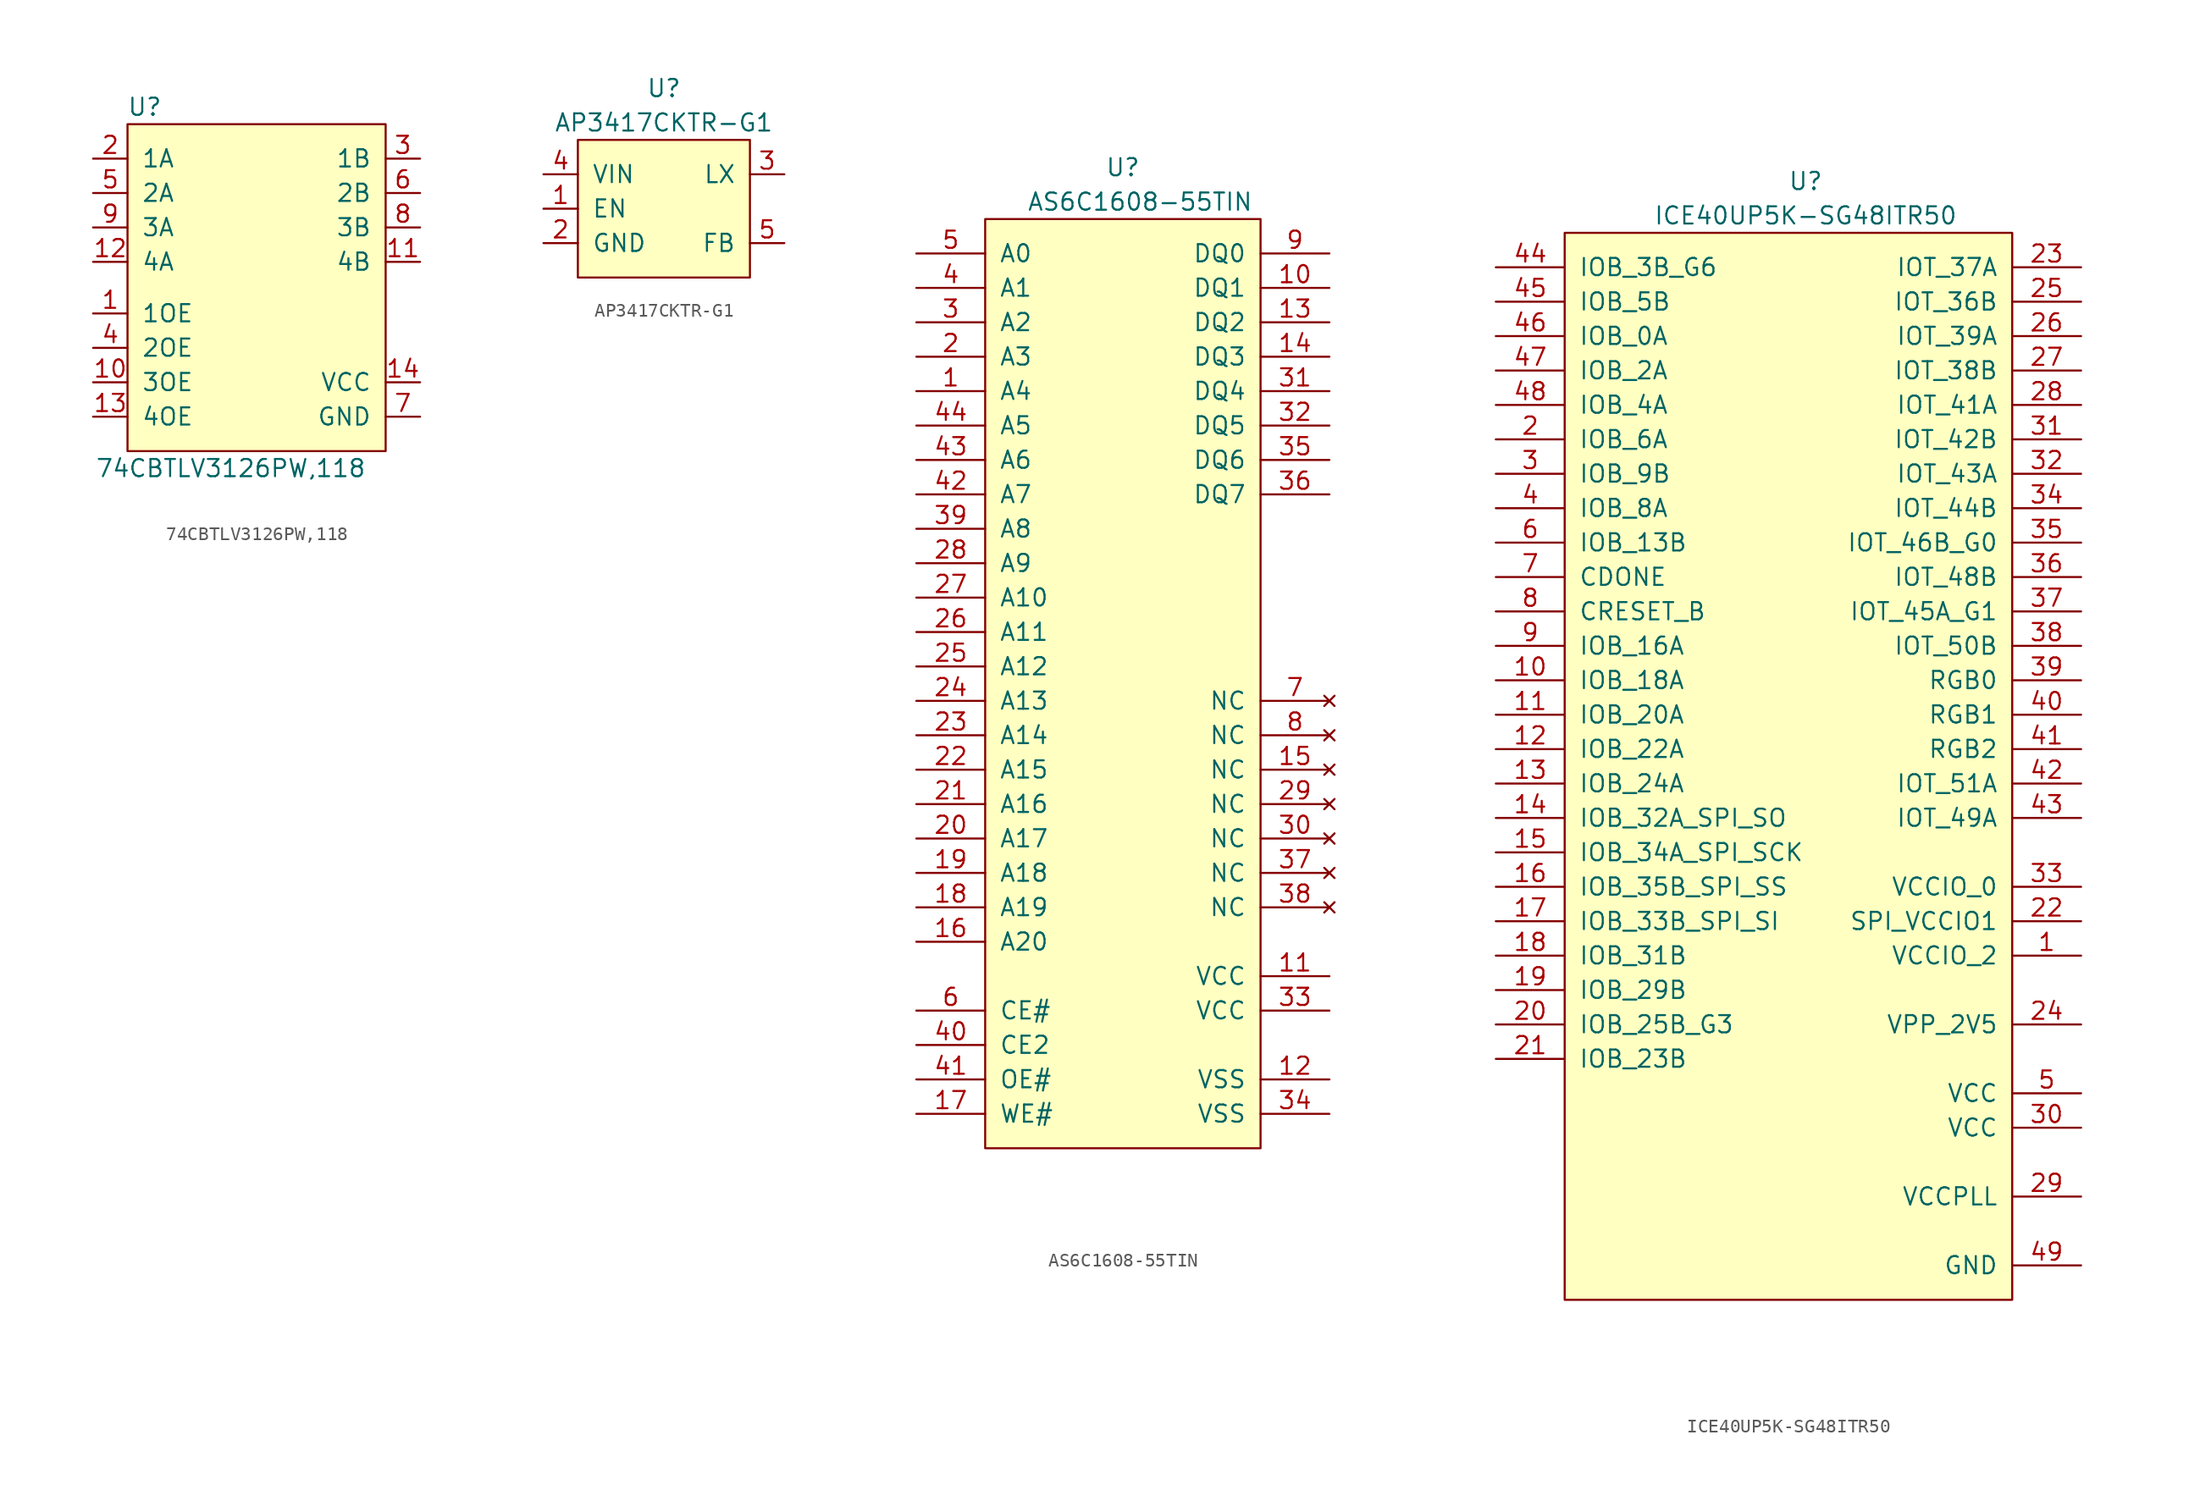
<source format=kicad_sym>
(kicad_symbol_lib
  (version 20241209)
  (generator "kicad_symbol_editor")
  (generator_version "9.0")
  (symbol "74CBTLV3126PW,118"
    (pin_names
      (offset 1.016))
    (property "Reference" "U"
      (at 1.27 1.27 0)
      (effects (font (size 1.27 1.27))))
    (property "Value" "74CBTLV3126PW,118"
      (at 7.62 -25.4 0)
      (effects (font (size 1.27 1.27))))
    (symbol "74CBTLV3126PW,118_0_1"
      (rectangle (start 0 0) (end 19.05 -24.13) (stroke (width 0) (type solid)) (fill (type background))))
    (symbol "74CBTLV3126PW,118_1_1"
      (pin bidirectional line (at -2.54 -2.54 0) (length 2.54) (name "1A" (effects (font (size 1.27 1.27)))) (number "2" (effects (font (size 1.27 1.27)))))
      (pin bidirectional line (at -2.54 -5.08 0) (length 2.54) (name "2A" (effects (font (size 1.27 1.27)))) (number "5" (effects (font (size 1.27 1.27)))))
      (pin bidirectional line (at -2.54 -7.62 0) (length 2.54) (name "3A" (effects (font (size 1.27 1.27)))) (number "9" (effects (font (size 1.27 1.27)))))
      (pin bidirectional line (at -2.54 -10.16 0) (length 2.54) (name "4A" (effects (font (size 1.27 1.27)))) (number "12" (effects (font (size 1.27 1.27)))))
      (pin input line (at -2.54 -13.97 0) (length 2.54) (name "1OE" (effects (font (size 1.27 1.27)))) (number "1" (effects (font (size 1.27 1.27)))))
      (pin input line (at -2.54 -16.51 0) (length 2.54) (name "2OE" (effects (font (size 1.27 1.27)))) (number "4" (effects (font (size 1.27 1.27)))))
      (pin input line (at -2.54 -19.05 0) (length 2.54) (name "3OE" (effects (font (size 1.27 1.27)))) (number "10" (effects (font (size 1.27 1.27)))))
      (pin input line (at -2.54 -21.59 0) (length 2.54) (name "4OE" (effects (font (size 1.27 1.27)))) (number "13" (effects (font (size 1.27 1.27)))))
      (pin bidirectional line (at 21.59 -2.54 180) (length 2.54) (name "1B" (effects (font (size 1.27 1.27)))) (number "3" (effects (font (size 1.27 1.27)))))
      (pin bidirectional line (at 21.59 -5.08 180) (length 2.54) (name "2B" (effects (font (size 1.27 1.27)))) (number "6" (effects (font (size 1.27 1.27)))))
      (pin bidirectional line (at 21.59 -7.62 180) (length 2.54) (name "3B" (effects (font (size 1.27 1.27)))) (number "8" (effects (font (size 1.27 1.27)))))
      (pin bidirectional line (at 21.59 -10.16 180) (length 2.54) (name "4B" (effects (font (size 1.27 1.27)))) (number "11" (effects (font (size 1.27 1.27)))))
      (pin power_in line (at 21.59 -19.05 180) (length 2.54) (name "VCC" (effects (font (size 1.27 1.27)))) (number "14" (effects (font (size 1.27 1.27)))))
      (pin power_in line (at 21.59 -21.59 180) (length 2.54) (name "GND" (effects (font (size 1.27 1.27)))) (number "7" (effects (font (size 1.27 1.27)))))))
  (symbol "AP3417CKTR-G1"
    (pin_names
      (offset 1.016))
    (property "Reference" "U"
      (at 6.35 3.81 0)
      (effects (font (size 1.27 1.27))))
    (property "Value" "AP3417CKTR-G1"
      (at 6.35 1.27 0)
      (effects (font (size 1.27 1.27))))
    (symbol "AP3417CKTR-G1_0_1"
      (rectangle (start 0 0) (end 12.7 -10.16) (stroke (width 0) (type solid)) (fill (type background))))
    (symbol "AP3417CKTR-G1_1_1"
      (pin power_in line (at -2.54 -2.54 0) (length 2.54) (name "VIN" (effects (font (size 1.27 1.27)))) (number "4" (effects (font (size 1.27 1.27)))))
      (pin input line (at -2.54 -5.08 0) (length 2.54) (name "EN" (effects (font (size 1.27 1.27)))) (number "1" (effects (font (size 1.27 1.27)))))
      (pin power_in line (at -2.54 -7.62 0) (length 2.54) (name "GND" (effects (font (size 1.27 1.27)))) (number "2" (effects (font (size 1.27 1.27)))))
      (pin output line (at 15.24 -2.54 180) (length 2.54) (name "LX" (effects (font (size 1.27 1.27)))) (number "3" (effects (font (size 1.27 1.27)))))
      (pin input line (at 15.24 -7.62 180) (length 2.54) (name "FB" (effects (font (size 1.27 1.27)))) (number "5" (effects (font (size 1.27 1.27)))))))
  (symbol "AS6C1608-55TIN"
    (pin_names
      (offset 1.016))
    (property "Reference" "U"
      (at 10.16 3.81 0)
      (effects (font (size 1.27 1.27))))
    (property "Value" "AS6C1608-55TIN"
      (at 11.43 1.27 0)
      (effects (font (size 1.27 1.27))))
    (symbol "AS6C1608-55TIN_0_1"
      (rectangle (start 0 0) (end 20.32 -68.58) (stroke (width 0) (type solid)) (fill (type background))))
    (symbol "AS6C1608-55TIN_1_1"
      (pin input line (at -5.08 -2.54 0) (length 5.08) (name "A0" (effects (font (size 1.27 1.27)))) (number "5" (effects (font (size 1.27 1.27)))))
      (pin input line (at -5.08 -5.08 0) (length 5.08) (name "A1" (effects (font (size 1.27 1.27)))) (number "4" (effects (font (size 1.27 1.27)))))
      (pin input line (at -5.08 -7.62 0) (length 5.08) (name "A2" (effects (font (size 1.27 1.27)))) (number "3" (effects (font (size 1.27 1.27)))))
      (pin input line (at -5.08 -10.16 0) (length 5.08) (name "A3" (effects (font (size 1.27 1.27)))) (number "2" (effects (font (size 1.27 1.27)))))
      (pin input line (at -5.08 -12.7 0) (length 5.08) (name "A4" (effects (font (size 1.27 1.27)))) (number "1" (effects (font (size 1.27 1.27)))))
      (pin input line (at -5.08 -15.24 0) (length 5.08) (name "A5" (effects (font (size 1.27 1.27)))) (number "44" (effects (font (size 1.27 1.27)))))
      (pin input line (at -5.08 -17.78 0) (length 5.08) (name "A6" (effects (font (size 1.27 1.27)))) (number "43" (effects (font (size 1.27 1.27)))))
      (pin input line (at -5.08 -20.32 0) (length 5.08) (name "A7" (effects (font (size 1.27 1.27)))) (number "42" (effects (font (size 1.27 1.27)))))
      (pin input line (at -5.08 -22.86 0) (length 5.08) (name "A8" (effects (font (size 1.27 1.27)))) (number "39" (effects (font (size 1.27 1.27)))))
      (pin input line (at -5.08 -25.4 0) (length 5.08) (name "A9" (effects (font (size 1.27 1.27)))) (number "28" (effects (font (size 1.27 1.27)))))
      (pin input line (at -5.08 -27.94 0) (length 5.08) (name "A10" (effects (font (size 1.27 1.27)))) (number "27" (effects (font (size 1.27 1.27)))))
      (pin input line (at -5.08 -30.48 0) (length 5.08) (name "A11" (effects (font (size 1.27 1.27)))) (number "26" (effects (font (size 1.27 1.27)))))
      (pin input line (at -5.08 -33.02 0) (length 5.08) (name "A12" (effects (font (size 1.27 1.27)))) (number "25" (effects (font (size 1.27 1.27)))))
      (pin input line (at -5.08 -35.56 0) (length 5.08) (name "A13" (effects (font (size 1.27 1.27)))) (number "24" (effects (font (size 1.27 1.27)))))
      (pin input line (at -5.08 -38.1 0) (length 5.08) (name "A14" (effects (font (size 1.27 1.27)))) (number "23" (effects (font (size 1.27 1.27)))))
      (pin input line (at -5.08 -40.64 0) (length 5.08) (name "A15" (effects (font (size 1.27 1.27)))) (number "22" (effects (font (size 1.27 1.27)))))
      (pin input line (at -5.08 -43.18 0) (length 5.08) (name "A16" (effects (font (size 1.27 1.27)))) (number "21" (effects (font (size 1.27 1.27)))))
      (pin input line (at -5.08 -45.72 0) (length 5.08) (name "A17" (effects (font (size 1.27 1.27)))) (number "20" (effects (font (size 1.27 1.27)))))
      (pin input line (at -5.08 -48.26 0) (length 5.08) (name "A18" (effects (font (size 1.27 1.27)))) (number "19" (effects (font (size 1.27 1.27)))))
      (pin input line (at -5.08 -50.8 0) (length 5.08) (name "A19" (effects (font (size 1.27 1.27)))) (number "18" (effects (font (size 1.27 1.27)))))
      (pin input line (at -5.08 -53.34 0) (length 5.08) (name "A20" (effects (font (size 1.27 1.27)))) (number "16" (effects (font (size 1.27 1.27)))))
      (pin input line (at -5.08 -58.42 0) (length 5.08) (name "CE#" (effects (font (size 1.27 1.27)))) (number "6" (effects (font (size 1.27 1.27)))))
      (pin input line (at -5.08 -60.96 0) (length 5.08) (name "CE2" (effects (font (size 1.27 1.27)))) (number "40" (effects (font (size 1.27 1.27)))))
      (pin input line (at -5.08 -63.5 0) (length 5.08) (name "OE#" (effects (font (size 1.27 1.27)))) (number "41" (effects (font (size 1.27 1.27)))))
      (pin input line (at -5.08 -66.04 0) (length 5.08) (name "WE#" (effects (font (size 1.27 1.27)))) (number "17" (effects (font (size 1.27 1.27)))))
      (pin bidirectional line (at 25.4 -2.54 180) (length 5.08) (name "DQ0" (effects (font (size 1.27 1.27)))) (number "9" (effects (font (size 1.27 1.27)))))
      (pin bidirectional line (at 25.4 -5.08 180) (length 5.08) (name "DQ1" (effects (font (size 1.27 1.27)))) (number "10" (effects (font (size 1.27 1.27)))))
      (pin bidirectional line (at 25.4 -7.62 180) (length 5.08) (name "DQ2" (effects (font (size 1.27 1.27)))) (number "13" (effects (font (size 1.27 1.27)))))
      (pin bidirectional line (at 25.4 -10.16 180) (length 5.08) (name "DQ3" (effects (font (size 1.27 1.27)))) (number "14" (effects (font (size 1.27 1.27)))))
      (pin bidirectional line (at 25.4 -12.7 180) (length 5.08) (name "DQ4" (effects (font (size 1.27 1.27)))) (number "31" (effects (font (size 1.27 1.27)))))
      (pin bidirectional line (at 25.4 -15.24 180) (length 5.08) (name "DQ5" (effects (font (size 1.27 1.27)))) (number "32" (effects (font (size 1.27 1.27)))))
      (pin bidirectional line (at 25.4 -17.78 180) (length 5.08) (name "DQ6" (effects (font (size 1.27 1.27)))) (number "35" (effects (font (size 1.27 1.27)))))
      (pin bidirectional line (at 25.4 -20.32 180) (length 5.08) (name "DQ7" (effects (font (size 1.27 1.27)))) (number "36" (effects (font (size 1.27 1.27)))))
      (pin no_connect line (at 25.4 -35.56 180) (length 5.08) (name "NC" (effects (font (size 1.27 1.27)))) (number "7" (effects (font (size 1.27 1.27)))))
      (pin no_connect line (at 25.4 -38.1 180) (length 5.08) (name "NC" (effects (font (size 1.27 1.27)))) (number "8" (effects (font (size 1.27 1.27)))))
      (pin no_connect line (at 25.4 -40.64 180) (length 5.08) (name "NC" (effects (font (size 1.27 1.27)))) (number "15" (effects (font (size 1.27 1.27)))))
      (pin no_connect line (at 25.4 -43.18 180) (length 5.08) (name "NC" (effects (font (size 1.27 1.27)))) (number "29" (effects (font (size 1.27 1.27)))))
      (pin no_connect line (at 25.4 -45.72 180) (length 5.08) (name "NC" (effects (font (size 1.27 1.27)))) (number "30" (effects (font (size 1.27 1.27)))))
      (pin no_connect line (at 25.4 -48.26 180) (length 5.08) (name "NC" (effects (font (size 1.27 1.27)))) (number "37" (effects (font (size 1.27 1.27)))))
      (pin no_connect line (at 25.4 -50.8 180) (length 5.08) (name "NC" (effects (font (size 1.27 1.27)))) (number "38" (effects (font (size 1.27 1.27)))))
      (pin power_in line (at 25.4 -55.88 180) (length 5.08) (name "VCC" (effects (font (size 1.27 1.27)))) (number "11" (effects (font (size 1.27 1.27)))))
      (pin power_in line (at 25.4 -58.42 180) (length 5.08) (name "VCC" (effects (font (size 1.27 1.27)))) (number "33" (effects (font (size 1.27 1.27)))))
      (pin power_in line (at 25.4 -63.5 180) (length 5.08) (name "VSS" (effects (font (size 1.27 1.27)))) (number "12" (effects (font (size 1.27 1.27)))))
      (pin power_in line (at 25.4 -66.04 180) (length 5.08) (name "VSS" (effects (font (size 1.27 1.27)))) (number "34" (effects (font (size 1.27 1.27)))))))
  (symbol "ICE40UP5K-SG48ITR50"
    (pin_names
      (offset 1.016))
    (property "Reference" "U"
      (at 17.78 3.81 0)
      (effects (font (size 1.27 1.27))))
    (property "Value" "ICE40UP5K-SG48ITR50"
      (at 17.78 1.27 0)
      (effects (font (size 1.27 1.27))))
    (symbol "ICE40UP5K-SG48ITR50_0_1"
      (rectangle (start 0 0) (end 33.02 -78.74) (stroke (width 0) (type solid)) (fill (type background))))
    (symbol "ICE40UP5K-SG48ITR50_1_1"
      (pin passive line (at -5.08 -2.54 0) (length 5.08) (name "IOB_3B_G6" (effects (font (size 1.27 1.27)))) (number "44" (effects (font (size 1.27 1.27)))))
      (pin passive line (at -5.08 -5.08 0) (length 5.08) (name "IOB_5B" (effects (font (size 1.27 1.27)))) (number "45" (effects (font (size 1.27 1.27)))))
      (pin passive line (at -5.08 -7.62 0) (length 5.08) (name "IOB_0A" (effects (font (size 1.27 1.27)))) (number "46" (effects (font (size 1.27 1.27)))))
      (pin passive line (at -5.08 -10.16 0) (length 5.08) (name "IOB_2A" (effects (font (size 1.27 1.27)))) (number "47" (effects (font (size 1.27 1.27)))))
      (pin passive line (at -5.08 -12.7 0) (length 5.08) (name "IOB_4A" (effects (font (size 1.27 1.27)))) (number "48" (effects (font (size 1.27 1.27)))))
      (pin passive line (at -5.08 -15.24 0) (length 5.08) (name "IOB_6A" (effects (font (size 1.27 1.27)))) (number "2" (effects (font (size 1.27 1.27)))))
      (pin passive line (at -5.08 -17.78 0) (length 5.08) (name "IOB_9B" (effects (font (size 1.27 1.27)))) (number "3" (effects (font (size 1.27 1.27)))))
      (pin passive line (at -5.08 -20.32 0) (length 5.08) (name "IOB_8A" (effects (font (size 1.27 1.27)))) (number "4" (effects (font (size 1.27 1.27)))))
      (pin passive line (at -5.08 -22.86 0) (length 5.08) (name "IOB_13B" (effects (font (size 1.27 1.27)))) (number "6" (effects (font (size 1.27 1.27)))))
      (pin passive line (at -5.08 -25.4 0) (length 5.08) (name "CDONE" (effects (font (size 1.27 1.27)))) (number "7" (effects (font (size 1.27 1.27)))))
      (pin passive line (at -5.08 -27.94 0) (length 5.08) (name "CRESET_B" (effects (font (size 1.27 1.27)))) (number "8" (effects (font (size 1.27 1.27)))))
      (pin passive line (at -5.08 -30.48 0) (length 5.08) (name "IOB_16A" (effects (font (size 1.27 1.27)))) (number "9" (effects (font (size 1.27 1.27)))))
      (pin passive line (at -5.08 -33.02 0) (length 5.08) (name "IOB_18A" (effects (font (size 1.27 1.27)))) (number "10" (effects (font (size 1.27 1.27)))))
      (pin passive line (at -5.08 -35.56 0) (length 5.08) (name "IOB_20A" (effects (font (size 1.27 1.27)))) (number "11" (effects (font (size 1.27 1.27)))))
      (pin passive line (at -5.08 -38.1 0) (length 5.08) (name "IOB_22A" (effects (font (size 1.27 1.27)))) (number "12" (effects (font (size 1.27 1.27)))))
      (pin passive line (at -5.08 -40.64 0) (length 5.08) (name "IOB_24A" (effects (font (size 1.27 1.27)))) (number "13" (effects (font (size 1.27 1.27)))))
      (pin passive line (at -5.08 -43.18 0) (length 5.08) (name "IOB_32A_SPI_SO" (effects (font (size 1.27 1.27)))) (number "14" (effects (font (size 1.27 1.27)))))
      (pin passive line (at -5.08 -45.72 0) (length 5.08) (name "IOB_34A_SPI_SCK" (effects (font (size 1.27 1.27)))) (number "15" (effects (font (size 1.27 1.27)))))
      (pin passive line (at -5.08 -48.26 0) (length 5.08) (name "IOB_35B_SPI_SS" (effects (font (size 1.27 1.27)))) (number "16" (effects (font (size 1.27 1.27)))))
      (pin passive line (at -5.08 -50.8 0) (length 5.08) (name "IOB_33B_SPI_SI" (effects (font (size 1.27 1.27)))) (number "17" (effects (font (size 1.27 1.27)))))
      (pin passive line (at -5.08 -53.34 0) (length 5.08) (name "IOB_31B" (effects (font (size 1.27 1.27)))) (number "18" (effects (font (size 1.27 1.27)))))
      (pin passive line (at -5.08 -55.88 0) (length 5.08) (name "IOB_29B" (effects (font (size 1.27 1.27)))) (number "19" (effects (font (size 1.27 1.27)))))
      (pin passive line (at -5.08 -58.42 0) (length 5.08) (name "IOB_25B_G3" (effects (font (size 1.27 1.27)))) (number "20" (effects (font (size 1.27 1.27)))))
      (pin passive line (at -5.08 -60.96 0) (length 5.08) (name "IOB_23B" (effects (font (size 1.27 1.27)))) (number "21" (effects (font (size 1.27 1.27)))))
      (pin passive line (at 38.1 -2.54 180) (length 5.08) (name "IOT_37A" (effects (font (size 1.27 1.27)))) (number "23" (effects (font (size 1.27 1.27)))))
      (pin passive line (at 38.1 -5.08 180) (length 5.08) (name "IOT_36B" (effects (font (size 1.27 1.27)))) (number "25" (effects (font (size 1.27 1.27)))))
      (pin passive line (at 38.1 -7.62 180) (length 5.08) (name "IOT_39A" (effects (font (size 1.27 1.27)))) (number "26" (effects (font (size 1.27 1.27)))))
      (pin passive line (at 38.1 -10.16 180) (length 5.08) (name "IOT_38B" (effects (font (size 1.27 1.27)))) (number "27" (effects (font (size 1.27 1.27)))))
      (pin passive line (at 38.1 -12.7 180) (length 5.08) (name "IOT_41A" (effects (font (size 1.27 1.27)))) (number "28" (effects (font (size 1.27 1.27)))))
      (pin passive line (at 38.1 -15.24 180) (length 5.08) (name "IOT_42B" (effects (font (size 1.27 1.27)))) (number "31" (effects (font (size 1.27 1.27)))))
      (pin passive line (at 38.1 -17.78 180) (length 5.08) (name "IOT_43A" (effects (font (size 1.27 1.27)))) (number "32" (effects (font (size 1.27 1.27)))))
      (pin passive line (at 38.1 -20.32 180) (length 5.08) (name "IOT_44B" (effects (font (size 1.27 1.27)))) (number "34" (effects (font (size 1.27 1.27)))))
      (pin passive line (at 38.1 -22.86 180) (length 5.08) (name "IOT_46B_G0" (effects (font (size 1.27 1.27)))) (number "35" (effects (font (size 1.27 1.27)))))
      (pin passive line (at 38.1 -25.4 180) (length 5.08) (name "IOT_48B" (effects (font (size 1.27 1.27)))) (number "36" (effects (font (size 1.27 1.27)))))
      (pin passive line (at 38.1 -27.94 180) (length 5.08) (name "IOT_45A_G1" (effects (font (size 1.27 1.27)))) (number "37" (effects (font (size 1.27 1.27)))))
      (pin passive line (at 38.1 -30.48 180) (length 5.08) (name "IOT_50B" (effects (font (size 1.27 1.27)))) (number "38" (effects (font (size 1.27 1.27)))))
      (pin passive line (at 38.1 -33.02 180) (length 5.08) (name "RGB0" (effects (font (size 1.27 1.27)))) (number "39" (effects (font (size 1.27 1.27)))))
      (pin passive line (at 38.1 -35.56 180) (length 5.08) (name "RGB1" (effects (font (size 1.27 1.27)))) (number "40" (effects (font (size 1.27 1.27)))))
      (pin passive line (at 38.1 -38.1 180) (length 5.08) (name "RGB2" (effects (font (size 1.27 1.27)))) (number "41" (effects (font (size 1.27 1.27)))))
      (pin passive line (at 38.1 -40.64 180) (length 5.08) (name "IOT_51A" (effects (font (size 1.27 1.27)))) (number "42" (effects (font (size 1.27 1.27)))))
      (pin passive line (at 38.1 -43.18 180) (length 5.08) (name "IOT_49A" (effects (font (size 1.27 1.27)))) (number "43" (effects (font (size 1.27 1.27)))))
      (pin power_in line (at 38.1 -48.26 180) (length 5.08) (name "VCCIO_0" (effects (font (size 1.27 1.27)))) (number "33" (effects (font (size 1.27 1.27)))))
      (pin power_in line (at 38.1 -50.8 180) (length 5.08) (name "SPI_VCCIO1" (effects (font (size 1.27 1.27)))) (number "22" (effects (font (size 1.27 1.27)))))
      (pin power_in line (at 38.1 -53.34 180) (length 5.08) (name "VCCIO_2" (effects (font (size 1.27 1.27)))) (number "1" (effects (font (size 1.27 1.27)))))
      (pin power_in line (at 38.1 -58.42 180) (length 5.08) (name "VPP_2V5" (effects (font (size 1.27 1.27)))) (number "24" (effects (font (size 1.27 1.27)))))
      (pin power_in line (at 38.1 -63.5 180) (length 5.08) (name "VCC" (effects (font (size 1.27 1.27)))) (number "5" (effects (font (size 1.27 1.27)))))
      (pin power_in line (at 38.1 -66.04 180) (length 5.08) (name "VCC" (effects (font (size 1.27 1.27)))) (number "30" (effects (font (size 1.27 1.27)))))
      (pin power_in line (at 38.1 -71.12 180) (length 5.08) (name "VCCPLL" (effects (font (size 1.27 1.27)))) (number "29" (effects (font (size 1.27 1.27)))))
      (pin power_in line (at 38.1 -76.2 180) (length 5.08) (name "GND" (effects (font (size 1.27 1.27)))) (number "49" (effects (font (size 1.27 1.27))))))))
</source>
